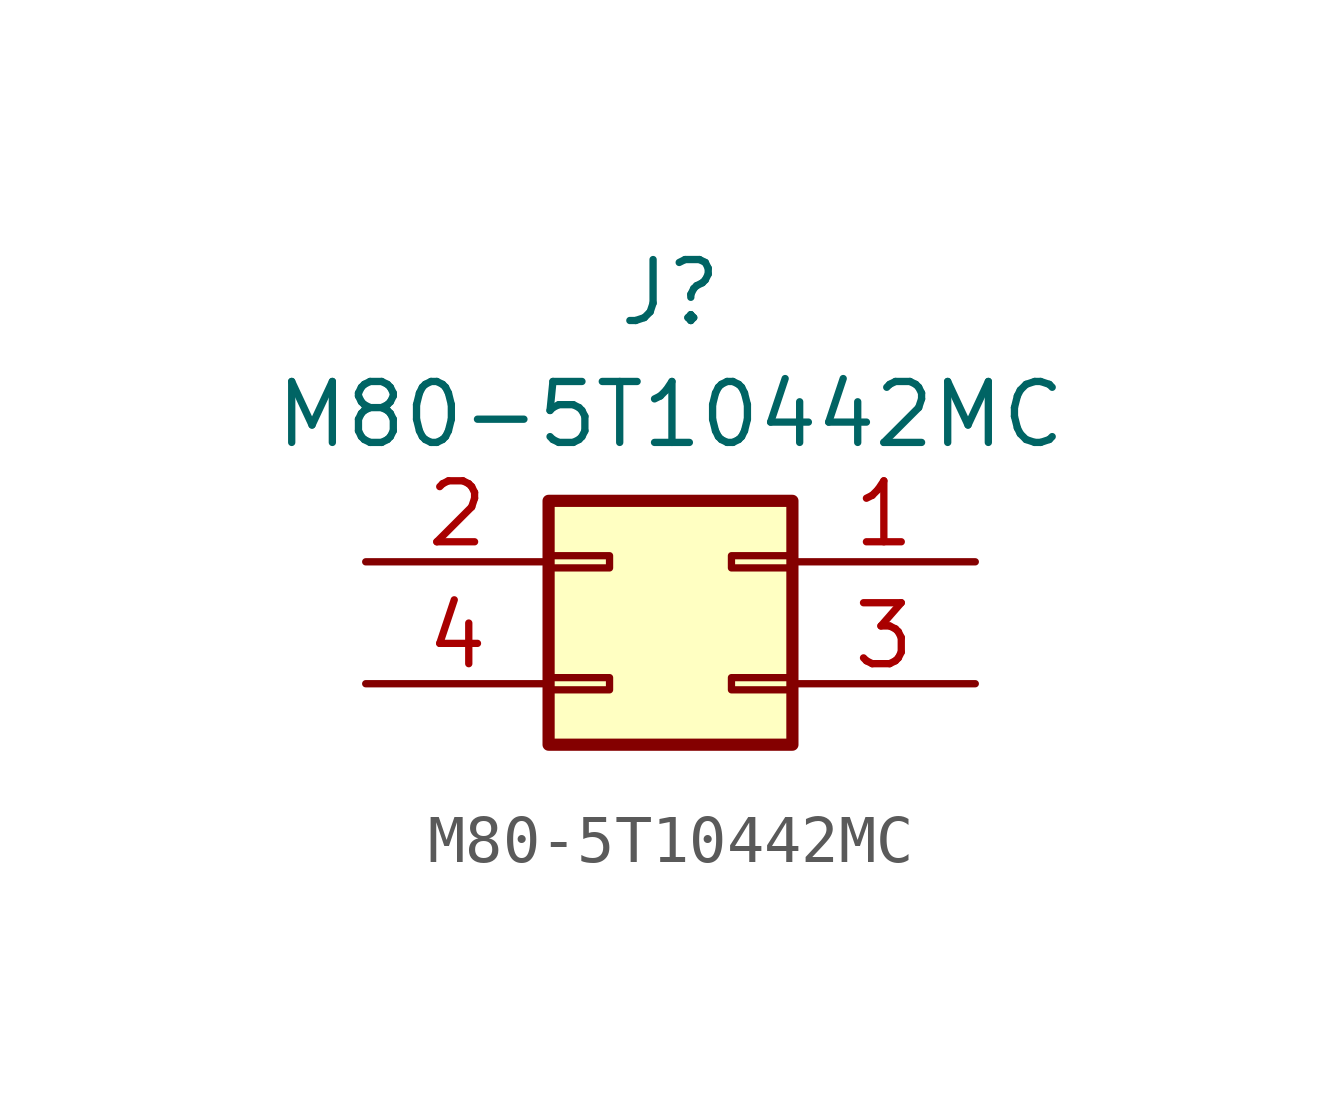
<source format=kicad_sym>
(kicad_symbol_lib
  (version 20220914)
  (generator kicad_symbol_editor)
  (symbol "M80-5T10442MC"
    (property "Reference" "J"
      (at 0 7.62 0)
      (effects (font (size 1.27 1.27)) (justify top)))
    (property "Value" "M80-5T10442MC"
      (at 0 5.08 0)
      (effects (font (size 1.27 1.27)) (justify top)))
    (symbol "M80-5T10442MC_1_1"
      (rectangle (start -2.54 -2.54) (end 2.54 2.54) (stroke (width 0.254) (type default)) (fill (type background)))
      (rectangle (start -1.27 -1.397) (end -2.54 -1.143) (stroke (width 0.152) (type default)) (fill (type none)))
      (rectangle (start -1.27 1.143) (end -2.54 1.397) (stroke (width 0.152) (type default)) (fill (type none)))
      (rectangle (start 1.27 -1.397) (end 2.54 -1.143) (stroke (width 0.152) (type default)) (fill (type none)))
      (rectangle (start 1.27 1.143) (end 2.54 1.397) (stroke (width 0.152) (type default)) (fill (type none)))
      (pin passive line (at 6.35 1.27 180) (length 3.81) (name "" (effects (font (size 1.27 1.27)))) (number "1" (effects (font (size 1.27 1.27)))))
      (pin passive line (at -6.35 1.27 0) (length 3.81) (name "" (effects (font (size 1.27 1.27)))) (number "2" (effects (font (size 1.27 1.27)))))
      (pin passive line (at 6.35 -1.27 180) (length 3.81) (name "" (effects (font (size 1.27 1.27)))) (number "3" (effects (font (size 1.27 1.27)))))
      (pin passive line (at -6.35 -1.27 0) (length 3.81) (name "" (effects (font (size 1.27 1.27)))) (number "4" (effects (font (size 1.27 1.27))))))))
</source>
